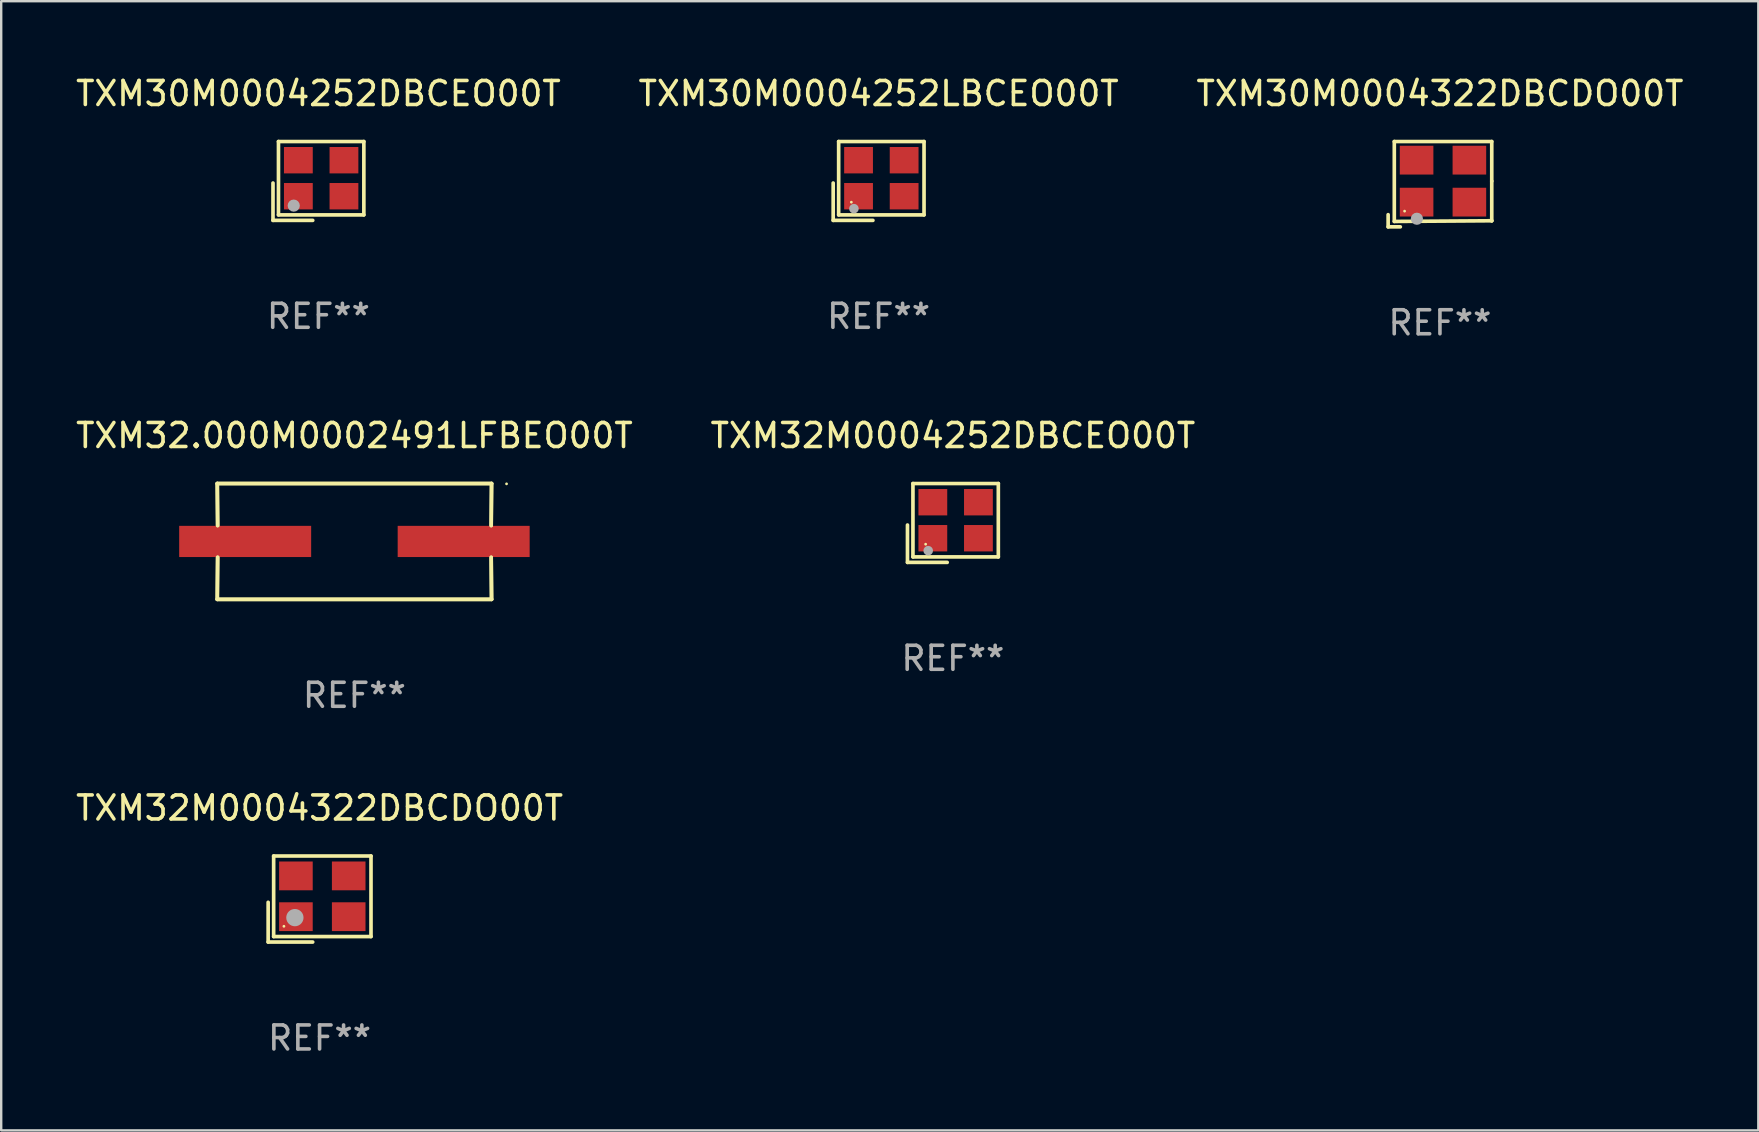
<source format=kicad_pcb>
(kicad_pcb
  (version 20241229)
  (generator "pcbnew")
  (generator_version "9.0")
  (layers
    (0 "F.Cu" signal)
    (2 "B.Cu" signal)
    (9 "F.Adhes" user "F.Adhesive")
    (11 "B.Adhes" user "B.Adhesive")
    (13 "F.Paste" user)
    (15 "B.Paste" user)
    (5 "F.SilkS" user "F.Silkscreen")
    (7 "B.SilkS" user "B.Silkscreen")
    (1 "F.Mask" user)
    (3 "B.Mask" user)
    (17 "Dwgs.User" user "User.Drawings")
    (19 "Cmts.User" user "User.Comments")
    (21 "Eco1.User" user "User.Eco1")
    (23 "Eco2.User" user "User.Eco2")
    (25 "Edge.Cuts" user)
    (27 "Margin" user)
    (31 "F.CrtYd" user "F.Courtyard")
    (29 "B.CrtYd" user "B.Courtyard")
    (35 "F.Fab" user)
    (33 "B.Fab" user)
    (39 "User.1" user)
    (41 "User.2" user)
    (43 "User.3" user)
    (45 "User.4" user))
  (footprint "TXM30M0004322DBCDO00T"
    (layer "F.Cu")
    (at 56.958 4.626)
    (property "Reference" "TXM30M0004322DBCDO00T" (at 0 -3.778 0) (layer "F.SilkS") (effects (font (size 1 1) (thickness 0.15))))
    (attr through_hole)
    (fp_line (start -2.159 1.27) (end -2.159 1.778) (stroke (width 0.152) (type solid)) (layer "F.SilkS"))
    (fp_line (start -2.159 1.778) (end -1.651 1.778) (stroke (width 0.152) (type solid)) (layer "F.SilkS"))
    (fp_line (start -1.902 -1.778) (end 2.159 -1.778) (stroke (width 0.152) (type solid)) (layer "F.SilkS"))
    (fp_line (start -1.902 1.552) (end -1.902 -1.778) (stroke (width 0.152) (type solid)) (layer "F.SilkS"))
    (fp_line (start 2.159 -1.778) (end 2.159 -0.127) (stroke (width 0.152) (type solid)) (layer "F.SilkS"))
    (fp_line (start 2.159 -0.127) (end 2.159 1.524) (stroke (width 0.152) (type solid)) (layer "F.SilkS"))
    (fp_line (start 2.159 1.524) (end -1.902 1.552) (stroke (width 0.152) (type solid)) (layer "F.SilkS"))
    (fp_line (start 2.159 1.524) (end 2.159 1.524) (stroke (width 0.152) (type solid)) (layer "F.SilkS"))
    (fp_circle (center -1.473 1.123) (end -1.443 1.123) (stroke (width 0.06) (type solid)) (fill no) (layer "F.SilkS"))
    (fp_circle (center -0.961 1.44) (end -0.834 1.44) (stroke (width 0.254) (type solid)) (fill no) (layer "F.Fab"))
    (fp_text user "REF**" (at 0 5.778 0) (layer "F.Fab") (effects (font (size 1 1) (thickness 0.15))))
    (pad "1" smd rect (at -0.973 0.748) (size 1.4 1.2) (layers "F.Cu" "F.Mask" "F.Paste"))
    (pad "2" smd rect (at 1.227 0.748) (size 1.4 1.2) (layers "F.Cu" "F.Mask" "F.Paste"))
    (pad "3" smd rect (at 1.227 -1.002) (size 1.4 1.2) (layers "F.Cu" "F.Mask" "F.Paste"))
    (pad "4" smd rect (at -0.973 -1.002) (size 1.4 1.2) (layers "F.Cu" "F.Mask" "F.Paste")))
  (footprint "TXM30M0004252DBCEO00T"
    (layer "F.Cu")
    (at 10.22 4.491)
    (property "Reference" "TXM30M0004252DBCEO00T" (at 0 -3.643 0) (layer "F.SilkS") (effects (font (size 1 1) (thickness 0.15))))
    (attr through_hole)
    (fp_line (start -1.893 0.086) (end -1.893 1.643) (stroke (width 0.152) (type solid)) (layer "F.SilkS"))
    (fp_line (start -1.893 1.643) (end -0.237 1.643) (stroke (width 0.152) (type solid)) (layer "F.SilkS"))
    (fp_line (start -1.665 -1.643) (end 1.893 -1.643) (stroke (width 0.152) (type solid)) (layer "F.SilkS"))
    (fp_line (start -1.665 1.414) (end -1.665 -1.643) (stroke (width 0.152) (type solid)) (layer "F.SilkS"))
    (fp_line (start 1.893 -1.643) (end 1.893 1.414) (stroke (width 0.152) (type solid)) (layer "F.SilkS"))
    (fp_line (start 1.893 1.414) (end -1.665 1.414) (stroke (width 0.152) (type solid)) (layer "F.SilkS"))
    (fp_circle (center -1.136 0.885) (end -1.106 0.885) (stroke (width 0.06) (type solid)) (fill no) (layer "F.SilkS"))
    (fp_circle (center -1.029 1.028) (end -0.902 1.028) (stroke (width 0.254) (type solid)) (fill no) (layer "F.Fab"))
    (fp_text user "REF**" (at 0 5.643 0) (layer "F.Fab") (effects (font (size 1 1) (thickness 0.15))))
    (pad "1" smd rect (at -0.836 0.636) (size 1.2 1.1) (layers "F.Cu" "F.Mask" "F.Paste"))
    (pad "2" smd rect (at 1.064 0.636) (size 1.2 1.1) (layers "F.Cu" "F.Mask" "F.Paste"))
    (pad "3" smd rect (at 1.064 -0.865) (size 1.2 1.1) (layers "F.Cu" "F.Mask" "F.Paste"))
    (pad "4" smd rect (at -0.836 -0.865) (size 1.2 1.1) (layers "F.Cu" "F.Mask" "F.Paste")))
  (footprint "TXM32.000M0002491LFBEO00T"
    (layer "F.Cu")
    (at 11.72 19.514)
    (property "Reference" "TXM32.000M0002491LFBEO00T" (at 0 -4.413 0) (layer "F.SilkS") (effects (font (size 1 1) (thickness 0.15))))
    (attr through_hole)
    (fp_line (start -5.715 -2.413) (end -5.7 -0.662) (stroke (width 0.152) (type solid)) (layer "F.SilkS"))
    (fp_line (start -5.715 -2.413) (end -5.7 -0.662) (stroke (width 0.152) (type solid)) (layer "F.SilkS"))
    (fp_line (start -5.715 2.413) (end 5.715 2.413) (stroke (width 0.152) (type solid)) (layer "F.SilkS"))
    (fp_line (start -5.715 2.413) (end 5.715 2.413) (stroke (width 0.152) (type solid)) (layer "F.SilkS"))
    (fp_line (start -5.7 0.662) (end -5.715 2.413) (stroke (width 0.152) (type solid)) (layer "F.SilkS"))
    (fp_line (start -5.7 0.662) (end -5.715 2.413) (stroke (width 0.152) (type solid)) (layer "F.SilkS"))
    (fp_line (start 5.7 -0.662) (end 5.715 -2.413) (stroke (width 0.152) (type solid)) (layer "F.SilkS"))
    (fp_line (start 5.7 -0.662) (end 5.715 -2.413) (stroke (width 0.152) (type solid)) (layer "F.SilkS"))
    (fp_line (start 5.715 -2.413) (end -5.715 -2.413) (stroke (width 0.152) (type solid)) (layer "F.SilkS"))
    (fp_line (start 5.715 -2.413) (end -5.715 -2.413) (stroke (width 0.152) (type solid)) (layer "F.SilkS"))
    (fp_line (start 5.715 2.413) (end 5.7 0.662) (stroke (width 0.152) (type solid)) (layer "F.SilkS"))
    (fp_line (start 5.715 2.413) (end 5.7 0.662) (stroke (width 0.152) (type solid)) (layer "F.SilkS"))
    (fp_circle (center 6.34 -2.4) (end 6.37 -2.4) (stroke (width 0.06) (type solid)) (fill no) (layer "F.SilkS"))
    (fp_text user "REF**" (at 0 6.413 0) (layer "F.Fab") (effects (font (size 1 1) (thickness 0.15))))
    (pad "1" smd rect (at 4.553 0) (size 5.5 1.3) (layers "F.Cu" "F.Mask" "F.Paste"))
    (pad "2" smd rect (at -4.553 0) (size 5.5 1.3) (layers "F.Cu" "F.Mask" "F.Paste")))
  (footprint "TXM32M0004322DBCDO00T"
    (layer "F.Cu")
    (at 10.268 34.416)
    (property "Reference" "TXM32M0004322DBCDO00T" (at 0 -3.793 0) (layer "F.SilkS") (effects (font (size 1 1) (thickness 0.15))))
    (attr through_hole)
    (fp_line (start -2.143 0.136) (end -2.143 1.793) (stroke (width 0.152) (type solid)) (layer "F.SilkS"))
    (fp_line (start -2.143 1.793) (end -0.286 1.793) (stroke (width 0.152) (type solid)) (layer "F.SilkS"))
    (fp_line (start -1.914 -1.793) (end 2.143 -1.793) (stroke (width 0.152) (type solid)) (layer "F.SilkS"))
    (fp_line (start -1.914 1.564) (end -1.914 -1.793) (stroke (width 0.152) (type solid)) (layer "F.SilkS"))
    (fp_line (start 2.143 -1.793) (end 2.143 1.564) (stroke (width 0.152) (type solid)) (layer "F.SilkS"))
    (fp_line (start 2.143 1.564) (end -1.914 1.564) (stroke (width 0.152) (type solid)) (layer "F.SilkS"))
    (fp_circle (center -1.486 1.136) (end -1.456 1.136) (stroke (width 0.06) (type solid)) (fill no) (layer "F.SilkS"))
    (fp_circle (center -1.029 0.775) (end -0.849 0.775) (stroke (width 0.36) (type solid)) (fill no) (layer "F.Fab"))
    (fp_text user "REF**" (at 0 5.793 0) (layer "F.Fab") (effects (font (size 1 1) (thickness 0.15))))
    (pad "1" smd rect (at -0.986 0.736) (size 1.4 1.2) (layers "F.Cu" "F.Mask" "F.Paste"))
    (pad "2" smd rect (at 1.214 0.736) (size 1.4 1.2) (layers "F.Cu" "F.Mask" "F.Paste"))
    (pad "3" smd rect (at 1.214 -0.964) (size 1.4 1.2) (layers "F.Cu" "F.Mask" "F.Paste"))
    (pad "4" smd rect (at -0.986 -0.964) (size 1.4 1.2) (layers "F.Cu" "F.Mask" "F.Paste")))
  (footprint "TXM32M0004252DBCEO00T"
    (layer "F.Cu")
    (at 36.661 18.744)
    (property "Reference" "TXM32M0004252DBCEO00T" (at 0 -3.643 0) (layer "F.SilkS") (effects (font (size 1 1) (thickness 0.15))))
    (attr through_hole)
    (fp_line (start -1.893 0.086) (end -1.893 1.643) (stroke (width 0.152) (type solid)) (layer "F.SilkS"))
    (fp_line (start -1.893 1.643) (end -0.237 1.643) (stroke (width 0.152) (type solid)) (layer "F.SilkS"))
    (fp_line (start -1.665 -1.643) (end 1.893 -1.643) (stroke (width 0.152) (type solid)) (layer "F.SilkS"))
    (fp_line (start -1.665 1.414) (end -1.665 -1.643) (stroke (width 0.152) (type solid)) (layer "F.SilkS"))
    (fp_line (start 1.893 -1.643) (end 1.893 1.414) (stroke (width 0.152) (type solid)) (layer "F.SilkS"))
    (fp_line (start 1.893 1.414) (end -1.665 1.414) (stroke (width 0.152) (type solid)) (layer "F.SilkS"))
    (fp_circle (center -1.136 0.885) (end -1.106 0.885) (stroke (width 0.06) (type solid)) (fill no) (layer "F.SilkS"))
    (fp_circle (center -1.029 1.155) (end -0.929 1.155) (stroke (width 0.2) (type solid)) (fill no) (layer "F.Fab"))
    (fp_text user "REF**" (at 0 5.643 0) (layer "F.Fab") (effects (font (size 1 1) (thickness 0.15))))
    (pad "1" smd rect (at -0.836 0.636) (size 1.2 1.1) (layers "F.Cu" "F.Mask" "F.Paste"))
    (pad "2" smd rect (at 1.064 0.636) (size 1.2 1.1) (layers "F.Cu" "F.Mask" "F.Paste"))
    (pad "3" smd rect (at 1.064 -0.865) (size 1.2 1.1) (layers "F.Cu" "F.Mask" "F.Paste"))
    (pad "4" smd rect (at -0.836 -0.865) (size 1.2 1.1) (layers "F.Cu" "F.Mask" "F.Paste")))
  (footprint "TXM30M0004252LBCEO00T"
    (layer "F.Cu")
    (at 33.565 4.491)
    (property "Reference" "TXM30M0004252LBCEO00T" (at 0 -3.643 0) (layer "F.SilkS") (effects (font (size 1 1) (thickness 0.15))))
    (attr through_hole)
    (fp_line (start -1.893 0.086) (end -1.893 1.643) (stroke (width 0.152) (type solid)) (layer "F.SilkS"))
    (fp_line (start -1.893 1.643) (end -0.237 1.643) (stroke (width 0.152) (type solid)) (layer "F.SilkS"))
    (fp_line (start -1.665 -1.643) (end 1.893 -1.643) (stroke (width 0.152) (type solid)) (layer "F.SilkS"))
    (fp_line (start -1.665 1.414) (end -1.665 -1.643) (stroke (width 0.152) (type solid)) (layer "F.SilkS"))
    (fp_line (start 1.893 -1.643) (end 1.893 1.414) (stroke (width 0.152) (type solid)) (layer "F.SilkS"))
    (fp_line (start 1.893 1.414) (end -1.665 1.414) (stroke (width 0.152) (type solid)) (layer "F.SilkS"))
    (fp_circle (center -1.136 0.885) (end -1.106 0.885) (stroke (width 0.06) (type solid)) (fill no) (layer "F.SilkS"))
    (fp_circle (center -1.029 1.155) (end -0.929 1.155) (stroke (width 0.2) (type solid)) (fill no) (layer "F.Fab"))
    (fp_text user "REF**" (at 0 5.643 0) (layer "F.Fab") (effects (font (size 1 1) (thickness 0.15))))
    (pad "1" smd rect (at -0.836 0.636) (size 1.2 1.1) (layers "F.Cu" "F.Mask" "F.Paste"))
    (pad "2" smd rect (at 1.064 0.636) (size 1.2 1.1) (layers "F.Cu" "F.Mask" "F.Paste"))
    (pad "3" smd rect (at 1.064 -0.865) (size 1.2 1.1) (layers "F.Cu" "F.Mask" "F.Paste"))
    (pad "4" smd rect (at -0.836 -0.865) (size 1.2 1.1) (layers "F.Cu" "F.Mask" "F.Paste")))
  (gr_rect
    (start -3 -3)
    (end 70.226 44.057)
    (stroke (width 0.1) (type default))
    (fill no)
    (layer "Edge.Cuts")))
</source>
